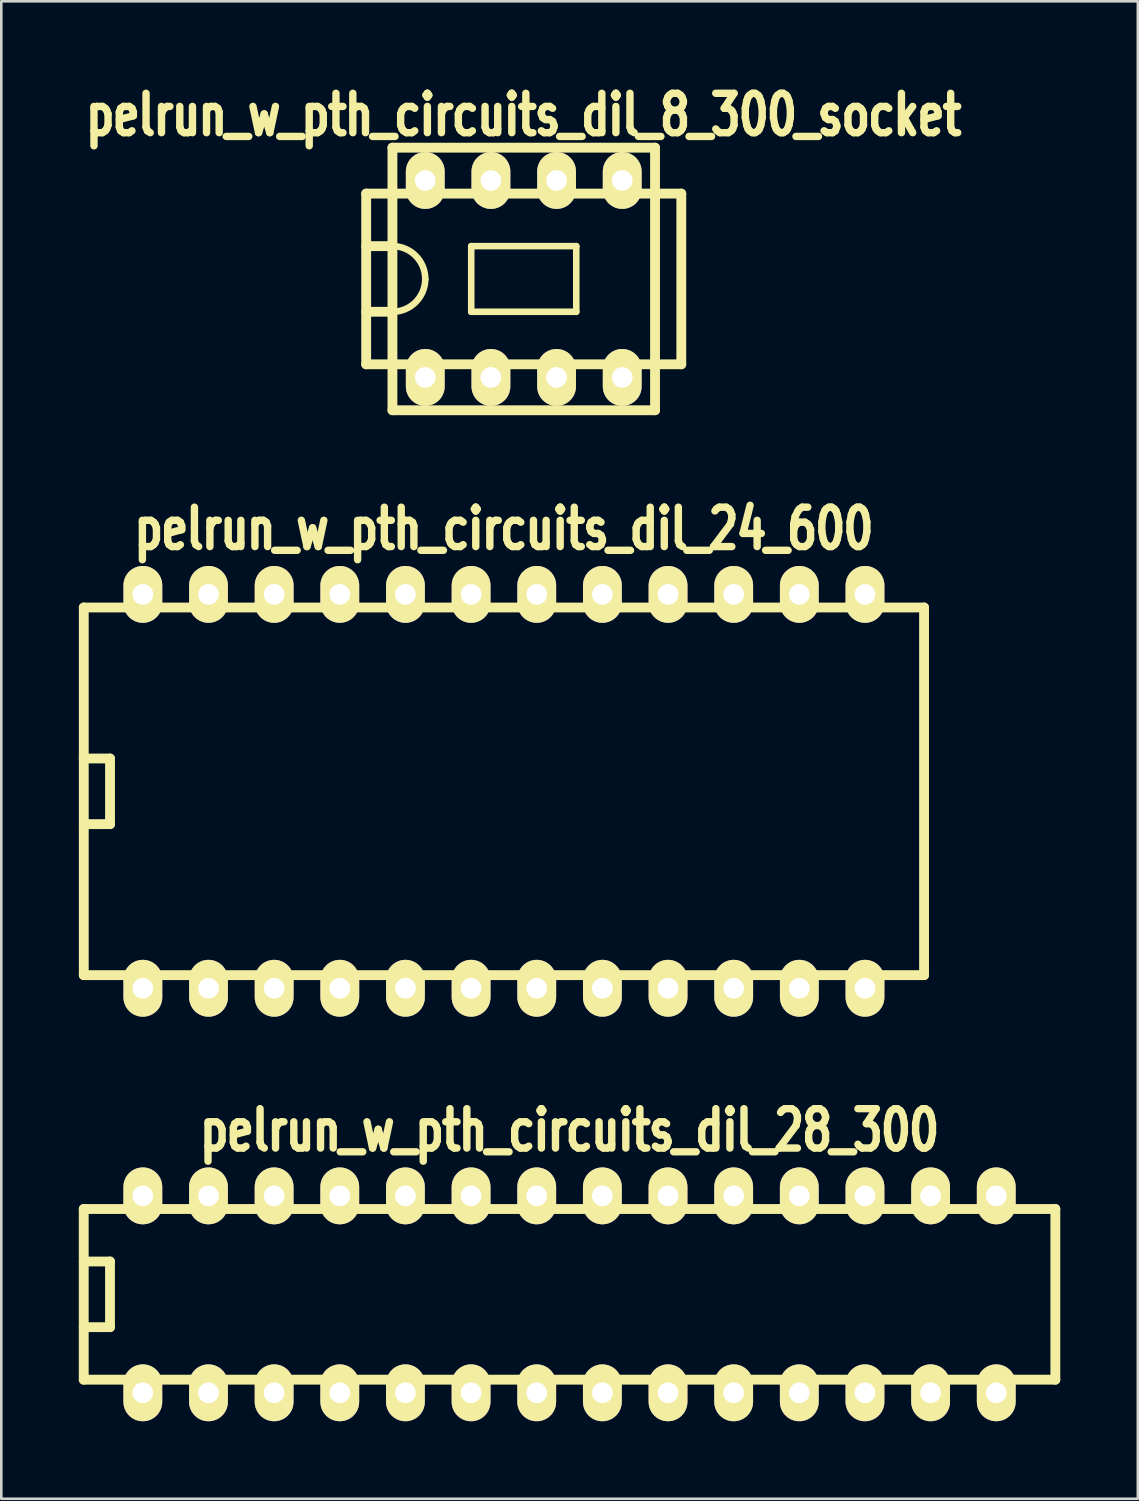
<source format=kicad_pcb>
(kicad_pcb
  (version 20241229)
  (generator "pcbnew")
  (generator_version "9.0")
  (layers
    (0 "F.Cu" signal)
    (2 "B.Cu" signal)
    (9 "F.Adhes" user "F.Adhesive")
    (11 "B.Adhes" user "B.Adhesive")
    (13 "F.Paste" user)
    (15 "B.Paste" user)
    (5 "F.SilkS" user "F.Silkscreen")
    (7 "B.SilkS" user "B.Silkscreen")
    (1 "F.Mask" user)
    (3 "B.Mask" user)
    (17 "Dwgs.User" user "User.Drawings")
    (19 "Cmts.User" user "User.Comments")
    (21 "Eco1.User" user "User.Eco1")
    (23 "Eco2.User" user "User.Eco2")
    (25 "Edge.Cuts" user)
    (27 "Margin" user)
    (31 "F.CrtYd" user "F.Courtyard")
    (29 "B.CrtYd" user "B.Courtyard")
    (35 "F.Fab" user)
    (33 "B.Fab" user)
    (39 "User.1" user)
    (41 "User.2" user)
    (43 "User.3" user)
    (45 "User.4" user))
  (footprint "pelrun_w_pth_circuits_dil_8_300_socket"
    (layer "F.Cu")
    (at 17.214 7.743)
    (property "Reference" "pelrun_w_pth_circuits_dil_8_300_socket" (at 0 -6.35 0) (layer "F.SilkS") (effects (font (size 1.524 1.143) (thickness 0.287))))
    (attr through_hole)
    (fp_line (start -6.096 -3.302) (end 6.096 -3.302) (stroke (width 0.381) (type solid)) (layer "F.SilkS"))
    (fp_line (start -6.096 3.302) (end -6.096 -3.302) (stroke (width 0.381) (type solid)) (layer "F.SilkS"))
    (fp_line (start -6.096 3.302) (end 6.096 3.302) (stroke (width 0.381) (type solid)) (layer "F.SilkS"))
    (fp_line (start -5.08 -1.27) (end -6.096 -1.27) (stroke (width 0.381) (type solid)) (layer "F.SilkS"))
    (fp_line (start -5.08 1.27) (end -6.096 1.27) (stroke (width 0.381) (type solid)) (layer "F.SilkS"))
    (fp_line (start -5.08 5.08) (end -5.08 -5.08) (stroke (width 0.381) (type solid)) (layer "F.SilkS"))
    (fp_line (start -2.032 -1.27) (end -2.032 1.27) (stroke (width 0.254) (type solid)) (layer "F.SilkS"))
    (fp_line (start -2.032 -1.27) (end 2.032 -1.27) (stroke (width 0.254) (type solid)) (layer "F.SilkS"))
    (fp_line (start 2.032 1.27) (end -2.032 1.27) (stroke (width 0.254) (type solid)) (layer "F.SilkS"))
    (fp_line (start 2.032 1.27) (end 2.032 -1.27) (stroke (width 0.254) (type solid)) (layer "F.SilkS"))
    (fp_line (start 5.08 -5.08) (end -5.08 -5.08) (stroke (width 0.381) (type solid)) (layer "F.SilkS"))
    (fp_line (start 5.08 -5.08) (end 5.08 5.08) (stroke (width 0.381) (type solid)) (layer "F.SilkS"))
    (fp_line (start 5.08 5.08) (end -5.08 5.08) (stroke (width 0.381) (type solid)) (layer "F.SilkS"))
    (fp_line (start 6.096 -3.302) (end 6.096 3.302) (stroke (width 0.381) (type solid)) (layer "F.SilkS"))
    (fp_arc (start -5.08 -1.27) (mid -4.181974 -0.898026) (end -3.81 0) (stroke (width 0.254) (type solid)) (layer "F.SilkS"))
    (fp_arc (start -3.81 0) (mid -4.181974 0.898026) (end -5.08 1.27) (stroke (width 0.254) (type solid)) (layer "F.SilkS"))
    (pad "1" thru_hole oval (at -3.81 3.81) (size 1.501 2.2) (drill 0.8) (layers "*.Cu" "*.Mask" "F.SilkS"))
    (pad "2" thru_hole oval (at -1.27 3.81) (size 1.501 2.2) (drill 0.8) (layers "*.Cu" "*.Mask" "F.SilkS"))
    (pad "3" thru_hole oval (at 1.27 3.81) (size 1.501 2.2) (drill 0.8) (layers "*.Cu" "*.Mask" "F.SilkS"))
    (pad "4" thru_hole oval (at 3.81 3.81) (size 1.501 2.2) (drill 0.8) (layers "*.Cu" "*.Mask" "F.SilkS"))
    (pad "5" thru_hole oval (at 3.81 -3.81) (size 1.501 2.2) (drill 0.8) (layers "*.Cu" "*.Mask" "F.SilkS"))
    (pad "6" thru_hole oval (at 1.27 -3.81) (size 1.501 2.2) (drill 0.8) (layers "*.Cu" "*.Mask" "F.SilkS"))
    (pad "7" thru_hole oval (at -1.27 -3.81) (size 1.501 2.2) (drill 0.8) (layers "*.Cu" "*.Mask" "F.SilkS"))
    (pad "8" thru_hole oval (at -3.81 -3.81) (size 1.501 2.2) (drill 0.8) (layers "*.Cu" "*.Mask" "F.SilkS")))
  (footprint "pelrun_w_pth_circuits_dil_24_600"
    (layer "F.Cu")
    (at 16.447 27.567)
    (property "Reference" "pelrun_w_pth_circuits_dil_24_600" (at 0 -10.16 0) (layer "F.SilkS") (effects (font (size 1.524 1.143) (thickness 0.287))))
    (attr through_hole)
    (fp_line (start -16.256 -7.112) (end -16.256 7.112) (stroke (width 0.381) (type solid)) (layer "F.SilkS"))
    (fp_line (start -16.256 -7.112) (end 16.256 -7.112) (stroke (width 0.381) (type solid)) (layer "F.SilkS"))
    (fp_line (start -15.24 -1.27) (end -16.256 -1.27) (stroke (width 0.381) (type solid)) (layer "F.SilkS"))
    (fp_line (start -15.24 -1.27) (end -15.24 1.27) (stroke (width 0.381) (type solid)) (layer "F.SilkS"))
    (fp_line (start -15.24 1.27) (end -16.256 1.27) (stroke (width 0.381) (type solid)) (layer "F.SilkS"))
    (fp_line (start 16.256 7.112) (end -16.256 7.112) (stroke (width 0.381) (type solid)) (layer "F.SilkS"))
    (fp_line (start 16.256 7.112) (end 16.256 -7.112) (stroke (width 0.381) (type solid)) (layer "F.SilkS"))
    (pad "1" thru_hole oval (at -13.97 7.62) (size 1.501 2.2) (drill 0.8) (layers "*.Cu" "*.Mask" "F.SilkS"))
    (pad "2" thru_hole oval (at -11.43 7.62) (size 1.501 2.2) (drill 0.8) (layers "*.Cu" "*.Mask" "F.SilkS"))
    (pad "3" thru_hole oval (at -8.89 7.62) (size 1.501 2.2) (drill 0.8) (layers "*.Cu" "*.Mask" "F.SilkS"))
    (pad "4" thru_hole oval (at -6.35 7.62) (size 1.501 2.2) (drill 0.8) (layers "*.Cu" "*.Mask" "F.SilkS"))
    (pad "5" thru_hole oval (at -3.81 7.62) (size 1.501 2.2) (drill 0.8) (layers "*.Cu" "*.Mask" "F.SilkS"))
    (pad "6" thru_hole oval (at -1.27 7.62) (size 1.501 2.2) (drill 0.8) (layers "*.Cu" "*.Mask" "F.SilkS"))
    (pad "7" thru_hole oval (at 1.27 7.62) (size 1.501 2.2) (drill 0.8) (layers "*.Cu" "*.Mask" "F.SilkS"))
    (pad "8" thru_hole oval (at 3.81 7.62) (size 1.501 2.2) (drill 0.8) (layers "*.Cu" "*.Mask" "F.SilkS"))
    (pad "9" thru_hole oval (at 6.35 7.62) (size 1.501 2.2) (drill 0.8) (layers "*.Cu" "*.Mask" "F.SilkS"))
    (pad "10" thru_hole oval (at 8.89 7.62) (size 1.501 2.2) (drill 0.8) (layers "*.Cu" "*.Mask" "F.SilkS"))
    (pad "11" thru_hole oval (at 11.43 7.62) (size 1.501 2.2) (drill 0.8) (layers "*.Cu" "*.Mask" "F.SilkS"))
    (pad "12" thru_hole oval (at 13.97 7.62) (size 1.501 2.2) (drill 0.8) (layers "*.Cu" "*.Mask" "F.SilkS"))
    (pad "13" thru_hole oval (at 13.97 -7.62) (size 1.501 2.2) (drill 0.8) (layers "*.Cu" "*.Mask" "F.SilkS"))
    (pad "14" thru_hole oval (at 11.43 -7.62) (size 1.501 2.2) (drill 0.8) (layers "*.Cu" "*.Mask" "F.SilkS"))
    (pad "15" thru_hole oval (at 8.89 -7.62) (size 1.501 2.2) (drill 0.8) (layers "*.Cu" "*.Mask" "F.SilkS"))
    (pad "16" thru_hole oval (at 6.35 -7.62) (size 1.501 2.2) (drill 0.8) (layers "*.Cu" "*.Mask" "F.SilkS"))
    (pad "17" thru_hole oval (at 3.81 -7.62) (size 1.501 2.2) (drill 0.8) (layers "*.Cu" "*.Mask" "F.SilkS"))
    (pad "18" thru_hole oval (at 1.27 -7.62) (size 1.501 2.2) (drill 0.8) (layers "*.Cu" "*.Mask" "F.SilkS"))
    (pad "19" thru_hole oval (at -1.27 -7.62) (size 1.501 2.2) (drill 0.8) (layers "*.Cu" "*.Mask" "F.SilkS"))
    (pad "20" thru_hole oval (at -3.81 -7.62) (size 1.501 2.2) (drill 0.8) (layers "*.Cu" "*.Mask" "F.SilkS"))
    (pad "21" thru_hole oval (at -6.35 -7.62) (size 1.501 2.2) (drill 0.8) (layers "*.Cu" "*.Mask" "F.SilkS"))
    (pad "22" thru_hole oval (at -8.89 -7.62) (size 1.501 2.2) (drill 0.8) (layers "*.Cu" "*.Mask" "F.SilkS"))
    (pad "23" thru_hole oval (at -11.43 -7.62) (size 1.501 2.2) (drill 0.8) (layers "*.Cu" "*.Mask" "F.SilkS"))
    (pad "24" thru_hole oval (at -13.97 -7.62) (size 1.501 2.2) (drill 0.8) (layers "*.Cu" "*.Mask" "F.SilkS")))
  (footprint "pelrun_w_pth_circuits_dil_28_300"
    (layer "F.Cu")
    (at 18.986 47.029)
    (property "Reference" "pelrun_w_pth_circuits_dil_28_300" (at 0 -6.35 0) (layer "F.SilkS") (effects (font (size 1.524 1.143) (thickness 0.287))))
    (attr through_hole)
    (fp_line (start -18.796 3.302) (end -18.796 -3.302) (stroke (width 0.381) (type solid)) (layer "F.SilkS"))
    (fp_line (start -17.78 -1.27) (end -18.796 -1.27) (stroke (width 0.381) (type solid)) (layer "F.SilkS"))
    (fp_line (start -17.78 -1.27) (end -17.78 1.27) (stroke (width 0.381) (type solid)) (layer "F.SilkS"))
    (fp_line (start -17.78 1.27) (end -18.796 1.27) (stroke (width 0.381) (type solid)) (layer "F.SilkS"))
    (fp_line (start 18.796 -3.302) (end -18.796 -3.302) (stroke (width 0.381) (type solid)) (layer "F.SilkS"))
    (fp_line (start 18.796 -3.302) (end 18.796 3.302) (stroke (width 0.381) (type solid)) (layer "F.SilkS"))
    (fp_line (start 18.796 3.302) (end -18.796 3.302) (stroke (width 0.381) (type solid)) (layer "F.SilkS"))
    (pad "1" thru_hole oval (at -16.51 3.81) (size 1.501 2.2) (drill 0.8) (layers "*.Cu" "*.Mask" "F.SilkS"))
    (pad "2" thru_hole oval (at -13.97 3.81) (size 1.501 2.2) (drill 0.8) (layers "*.Cu" "*.Mask" "F.SilkS"))
    (pad "3" thru_hole oval (at -11.43 3.81) (size 1.501 2.2) (drill 0.8) (layers "*.Cu" "*.Mask" "F.SilkS"))
    (pad "4" thru_hole oval (at -8.89 3.81) (size 1.501 2.2) (drill 0.8) (layers "*.Cu" "*.Mask" "F.SilkS"))
    (pad "5" thru_hole oval (at -6.35 3.81) (size 1.501 2.2) (drill 0.8) (layers "*.Cu" "*.Mask" "F.SilkS"))
    (pad "6" thru_hole oval (at -3.81 3.81) (size 1.501 2.2) (drill 0.8) (layers "*.Cu" "*.Mask" "F.SilkS"))
    (pad "7" thru_hole oval (at -1.27 3.81) (size 1.501 2.2) (drill 0.8) (layers "*.Cu" "*.Mask" "F.SilkS"))
    (pad "8" thru_hole oval (at 1.27 3.81) (size 1.501 2.2) (drill 0.8) (layers "*.Cu" "*.Mask" "F.SilkS"))
    (pad "9" thru_hole oval (at 3.81 3.81) (size 1.501 2.2) (drill 0.8) (layers "*.Cu" "*.Mask" "F.SilkS"))
    (pad "10" thru_hole oval (at 6.35 3.81) (size 1.501 2.2) (drill 0.8) (layers "*.Cu" "*.Mask" "F.SilkS"))
    (pad "11" thru_hole oval (at 8.89 3.81) (size 1.501 2.2) (drill 0.8) (layers "*.Cu" "*.Mask" "F.SilkS"))
    (pad "12" thru_hole oval (at 11.43 3.81) (size 1.501 2.2) (drill 0.8) (layers "*.Cu" "*.Mask" "F.SilkS"))
    (pad "13" thru_hole oval (at 13.97 3.81) (size 1.501 2.2) (drill 0.8) (layers "*.Cu" "*.Mask" "F.SilkS"))
    (pad "14" thru_hole oval (at 16.51 3.81) (size 1.501 2.2) (drill 0.8) (layers "*.Cu" "*.Mask" "F.SilkS"))
    (pad "15" thru_hole oval (at 16.51 -3.81) (size 1.501 2.2) (drill 0.8) (layers "*.Cu" "*.Mask" "F.SilkS"))
    (pad "16" thru_hole oval (at 13.97 -3.81) (size 1.501 2.2) (drill 0.8) (layers "*.Cu" "*.Mask" "F.SilkS"))
    (pad "17" thru_hole oval (at 11.43 -3.81) (size 1.501 2.2) (drill 0.8) (layers "*.Cu" "*.Mask" "F.SilkS"))
    (pad "18" thru_hole oval (at 8.89 -3.81) (size 1.501 2.2) (drill 0.8) (layers "*.Cu" "*.Mask" "F.SilkS"))
    (pad "19" thru_hole oval (at 6.35 -3.81) (size 1.501 2.2) (drill 0.8) (layers "*.Cu" "*.Mask" "F.SilkS"))
    (pad "20" thru_hole oval (at 3.81 -3.81) (size 1.501 2.2) (drill 0.8) (layers "*.Cu" "*.Mask" "F.SilkS"))
    (pad "21" thru_hole oval (at 1.27 -3.81) (size 1.501 2.2) (drill 0.8) (layers "*.Cu" "*.Mask" "F.SilkS"))
    (pad "22" thru_hole oval (at -1.27 -3.81) (size 1.501 2.2) (drill 0.8) (layers "*.Cu" "*.Mask" "F.SilkS"))
    (pad "23" thru_hole oval (at -3.81 -3.81) (size 1.501 2.2) (drill 0.8) (layers "*.Cu" "*.Mask" "F.SilkS"))
    (pad "24" thru_hole oval (at -6.35 -3.81) (size 1.501 2.2) (drill 0.8) (layers "*.Cu" "*.Mask" "F.SilkS"))
    (pad "25" thru_hole oval (at -8.89 -3.81) (size 1.501 2.2) (drill 0.8) (layers "*.Cu" "*.Mask" "F.SilkS"))
    (pad "26" thru_hole oval (at -11.43 -3.81) (size 1.501 2.2) (drill 0.8) (layers "*.Cu" "*.Mask" "F.SilkS"))
    (pad "27" thru_hole oval (at -13.97 -3.81) (size 1.501 2.2) (drill 0.8) (layers "*.Cu" "*.Mask" "F.SilkS"))
    (pad "28" thru_hole oval (at -16.51 -3.81) (size 1.501 2.2) (drill 0.8) (layers "*.Cu" "*.Mask" "F.SilkS")))
  (gr_rect
    (start -3 -3)
    (end 40.973 54.939)
    (stroke (width 0.1) (type default))
    (fill no)
    (layer "Edge.Cuts")))
</source>
